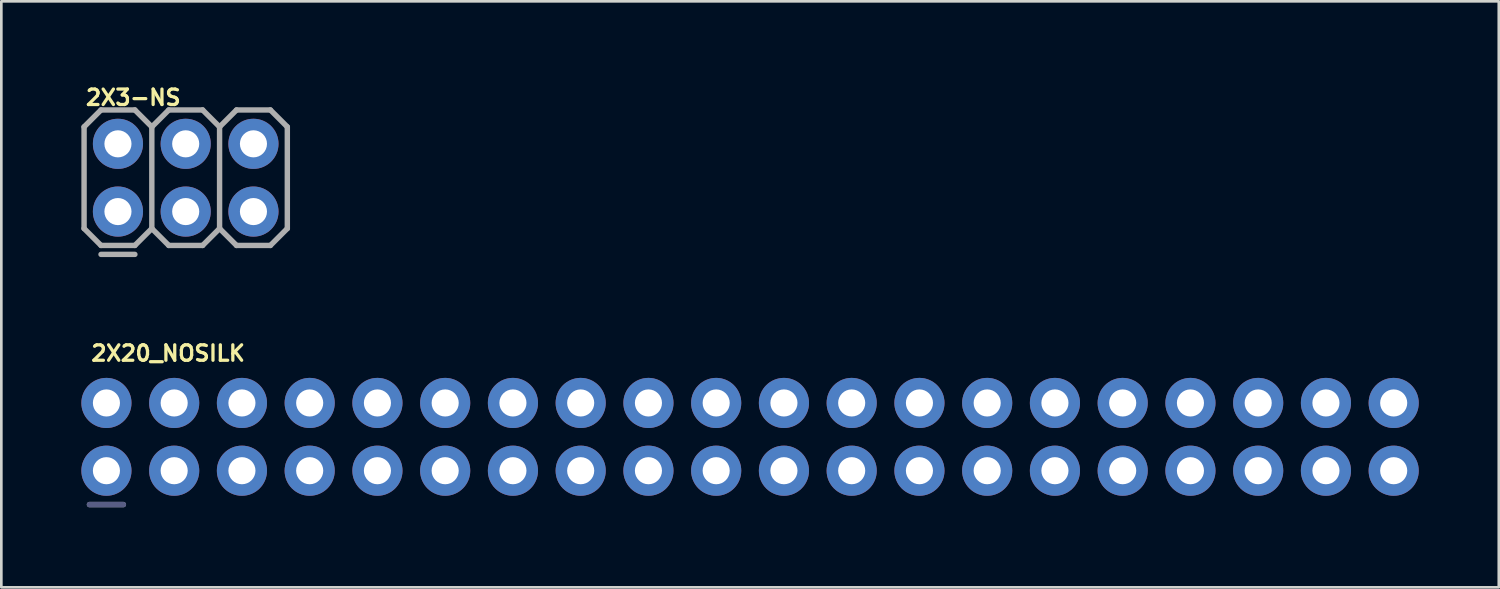
<source format=kicad_pcb>
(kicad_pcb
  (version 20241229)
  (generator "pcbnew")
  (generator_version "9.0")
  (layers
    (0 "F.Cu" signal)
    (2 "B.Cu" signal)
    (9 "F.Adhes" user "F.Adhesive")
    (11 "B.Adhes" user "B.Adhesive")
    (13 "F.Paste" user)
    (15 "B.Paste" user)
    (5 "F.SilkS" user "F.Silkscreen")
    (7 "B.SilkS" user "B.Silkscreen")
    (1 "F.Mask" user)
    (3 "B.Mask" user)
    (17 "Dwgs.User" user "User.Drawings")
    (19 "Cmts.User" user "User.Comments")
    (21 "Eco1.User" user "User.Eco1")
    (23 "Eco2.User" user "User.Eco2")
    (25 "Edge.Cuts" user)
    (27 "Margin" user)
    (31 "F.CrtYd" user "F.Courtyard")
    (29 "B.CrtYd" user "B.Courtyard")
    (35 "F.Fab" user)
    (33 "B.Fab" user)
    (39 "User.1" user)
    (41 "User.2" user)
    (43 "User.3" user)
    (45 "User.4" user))
  (footprint "2X20_NOSILK"
    (layer "F.Cu")
    (at 0.94 14.597)
    (property "Reference" "2X20_NOSILK" (at -0.635 -4.064 0) (layer "F.SilkS") (effects (font (size 0.579 0.579) (thickness 0.122)) (justify left bottom)))
    (attr through_hole)
    (fp_line (start -0.635 1.27) (end 0.635 1.27) (stroke (width 0.203) (type solid)) (layer "B.Fab"))
    (fp_line (start 0.635 1.27) (end -0.635 1.27) (stroke (width 0.203) (type solid)) (layer "F.Fab"))
    (fp_poly (pts (xy 0.254 -2.286) (xy 0.254 -2.794) (xy -0.254 -2.794) (xy -0.254 -2.286)) (stroke (width 0.1) (type solid)) (fill no) (layer "F.Fab"))
    (fp_poly (pts (xy 0.254 0.254) (xy 0.254 -0.254) (xy -0.254 -0.254) (xy -0.254 0.254)) (stroke (width 0.1) (type solid)) (fill no) (layer "F.Fab"))
    (fp_poly (pts (xy 2.794 -2.286) (xy 2.794 -2.794) (xy 2.286 -2.794) (xy 2.286 -2.286)) (stroke (width 0.1) (type solid)) (fill no) (layer "F.Fab"))
    (fp_poly (pts (xy 2.794 0.254) (xy 2.794 -0.254) (xy 2.286 -0.254) (xy 2.286 0.254)) (stroke (width 0.1) (type solid)) (fill no) (layer "F.Fab"))
    (fp_poly (pts (xy 5.334 -2.286) (xy 5.334 -2.794) (xy 4.826 -2.794) (xy 4.826 -2.286)) (stroke (width 0.1) (type solid)) (fill no) (layer "F.Fab"))
    (fp_poly (pts (xy 5.334 0.254) (xy 5.334 -0.254) (xy 4.826 -0.254) (xy 4.826 0.254)) (stroke (width 0.1) (type solid)) (fill no) (layer "F.Fab"))
    (fp_poly (pts (xy 7.874 -2.286) (xy 7.874 -2.794) (xy 7.366 -2.794) (xy 7.366 -2.286)) (stroke (width 0.1) (type solid)) (fill no) (layer "F.Fab"))
    (fp_poly (pts (xy 7.874 -2.286) (xy 7.874 -2.794) (xy 7.366 -2.794) (xy 7.366 -2.286)) (stroke (width 0.1) (type solid)) (fill no) (layer "F.Fab"))
    (fp_poly (pts (xy 7.874 0.254) (xy 7.874 -0.254) (xy 7.366 -0.254) (xy 7.366 0.254)) (stroke (width 0.1) (type solid)) (fill no) (layer "F.Fab"))
    (fp_poly (pts (xy 7.874 0.254) (xy 7.874 -0.254) (xy 7.366 -0.254) (xy 7.366 0.254)) (stroke (width 0.1) (type solid)) (fill no) (layer "F.Fab"))
    (fp_poly (pts (xy 10.414 -2.286) (xy 10.414 -2.794) (xy 9.906 -2.794) (xy 9.906 -2.286)) (stroke (width 0.1) (type solid)) (fill no) (layer "F.Fab"))
    (fp_poly (pts (xy 10.414 0.254) (xy 10.414 -0.254) (xy 9.906 -0.254) (xy 9.906 0.254)) (stroke (width 0.1) (type solid)) (fill no) (layer "F.Fab"))
    (fp_poly (pts (xy 12.954 -2.286) (xy 12.954 -2.794) (xy 12.446 -2.794) (xy 12.446 -2.286)) (stroke (width 0.1) (type solid)) (fill no) (layer "F.Fab"))
    (fp_poly (pts (xy 12.954 0.254) (xy 12.954 -0.254) (xy 12.446 -0.254) (xy 12.446 0.254)) (stroke (width 0.1) (type solid)) (fill no) (layer "F.Fab"))
    (fp_poly (pts (xy 15.494 -2.286) (xy 15.494 -2.794) (xy 14.986 -2.794) (xy 14.986 -2.286)) (stroke (width 0.1) (type solid)) (fill no) (layer "F.Fab"))
    (fp_poly (pts (xy 15.494 0.254) (xy 15.494 -0.254) (xy 14.986 -0.254) (xy 14.986 0.254)) (stroke (width 0.1) (type solid)) (fill no) (layer "F.Fab"))
    (fp_poly (pts (xy 18.034 -2.286) (xy 18.034 -2.794) (xy 17.526 -2.794) (xy 17.526 -2.286)) (stroke (width 0.1) (type solid)) (fill no) (layer "F.Fab"))
    (fp_poly (pts (xy 18.034 0.254) (xy 18.034 -0.254) (xy 17.526 -0.254) (xy 17.526 0.254)) (stroke (width 0.1) (type solid)) (fill no) (layer "F.Fab"))
    (fp_poly (pts (xy 20.574 -2.286) (xy 20.574 -2.794) (xy 20.066 -2.794) (xy 20.066 -2.286)) (stroke (width 0.1) (type solid)) (fill no) (layer "F.Fab"))
    (fp_poly (pts (xy 20.574 -2.286) (xy 20.574 -2.794) (xy 20.066 -2.794) (xy 20.066 -2.286)) (stroke (width 0.1) (type solid)) (fill no) (layer "F.Fab"))
    (fp_poly (pts (xy 20.574 0.254) (xy 20.574 -0.254) (xy 20.066 -0.254) (xy 20.066 0.254)) (stroke (width 0.1) (type solid)) (fill no) (layer "F.Fab"))
    (fp_poly (pts (xy 20.574 0.254) (xy 20.574 -0.254) (xy 20.066 -0.254) (xy 20.066 0.254)) (stroke (width 0.1) (type solid)) (fill no) (layer "F.Fab"))
    (fp_poly (pts (xy 23.114 -2.286) (xy 23.114 -2.794) (xy 22.606 -2.794) (xy 22.606 -2.286)) (stroke (width 0.1) (type solid)) (fill no) (layer "F.Fab"))
    (fp_poly (pts (xy 23.114 0.254) (xy 23.114 -0.254) (xy 22.606 -0.254) (xy 22.606 0.254)) (stroke (width 0.1) (type solid)) (fill no) (layer "F.Fab"))
    (fp_poly (pts (xy 25.654 -2.286) (xy 25.654 -2.794) (xy 25.146 -2.794) (xy 25.146 -2.286)) (stroke (width 0.1) (type solid)) (fill no) (layer "F.Fab"))
    (fp_poly (pts (xy 25.654 0.254) (xy 25.654 -0.254) (xy 25.146 -0.254) (xy 25.146 0.254)) (stroke (width 0.1) (type solid)) (fill no) (layer "F.Fab"))
    (fp_poly (pts (xy 28.194 -2.286) (xy 28.194 -2.794) (xy 27.686 -2.794) (xy 27.686 -2.286)) (stroke (width 0.1) (type solid)) (fill no) (layer "F.Fab"))
    (fp_poly (pts (xy 28.194 -2.286) (xy 28.194 -2.794) (xy 27.686 -2.794) (xy 27.686 -2.286)) (stroke (width 0.1) (type solid)) (fill no) (layer "F.Fab"))
    (fp_poly (pts (xy 28.194 0.254) (xy 28.194 -0.254) (xy 27.686 -0.254) (xy 27.686 0.254)) (stroke (width 0.1) (type solid)) (fill no) (layer "F.Fab"))
    (fp_poly (pts (xy 28.194 0.254) (xy 28.194 -0.254) (xy 27.686 -0.254) (xy 27.686 0.254)) (stroke (width 0.1) (type solid)) (fill no) (layer "F.Fab"))
    (fp_poly (pts (xy 30.734 -2.286) (xy 30.734 -2.794) (xy 30.226 -2.794) (xy 30.226 -2.286)) (stroke (width 0.1) (type solid)) (fill no) (layer "F.Fab"))
    (fp_poly (pts (xy 30.734 0.254) (xy 30.734 -0.254) (xy 30.226 -0.254) (xy 30.226 0.254)) (stroke (width 0.1) (type solid)) (fill no) (layer "F.Fab"))
    (fp_poly (pts (xy 33.274 -2.286) (xy 33.274 -2.794) (xy 32.766 -2.794) (xy 32.766 -2.286)) (stroke (width 0.1) (type solid)) (fill no) (layer "F.Fab"))
    (fp_poly (pts (xy 33.274 0.254) (xy 33.274 -0.254) (xy 32.766 -0.254) (xy 32.766 0.254)) (stroke (width 0.1) (type solid)) (fill no) (layer "F.Fab"))
    (fp_poly (pts (xy 35.814 -2.286) (xy 35.814 -2.794) (xy 35.306 -2.794) (xy 35.306 -2.286)) (stroke (width 0.1) (type solid)) (fill no) (layer "F.Fab"))
    (fp_poly (pts (xy 35.814 0.254) (xy 35.814 -0.254) (xy 35.306 -0.254) (xy 35.306 0.254)) (stroke (width 0.1) (type solid)) (fill no) (layer "F.Fab"))
    (fp_poly (pts (xy 38.354 -2.286) (xy 38.354 -2.794) (xy 37.846 -2.794) (xy 37.846 -2.286)) (stroke (width 0.1) (type solid)) (fill no) (layer "F.Fab"))
    (fp_poly (pts (xy 38.354 0.254) (xy 38.354 -0.254) (xy 37.846 -0.254) (xy 37.846 0.254)) (stroke (width 0.1) (type solid)) (fill no) (layer "F.Fab"))
    (fp_poly (pts (xy 40.894 -2.286) (xy 40.894 -2.794) (xy 40.386 -2.794) (xy 40.386 -2.286)) (stroke (width 0.1) (type solid)) (fill no) (layer "F.Fab"))
    (fp_poly (pts (xy 40.894 0.254) (xy 40.894 -0.254) (xy 40.386 -0.254) (xy 40.386 0.254)) (stroke (width 0.1) (type solid)) (fill no) (layer "F.Fab"))
    (fp_poly (pts (xy 43.434 -2.286) (xy 43.434 -2.794) (xy 42.926 -2.794) (xy 42.926 -2.286)) (stroke (width 0.1) (type solid)) (fill no) (layer "F.Fab"))
    (fp_poly (pts (xy 43.434 0.254) (xy 43.434 -0.254) (xy 42.926 -0.254) (xy 42.926 0.254)) (stroke (width 0.1) (type solid)) (fill no) (layer "F.Fab"))
    (fp_poly (pts (xy 45.974 -2.286) (xy 45.974 -2.794) (xy 45.466 -2.794) (xy 45.466 -2.286)) (stroke (width 0.1) (type solid)) (fill no) (layer "F.Fab"))
    (fp_poly (pts (xy 45.974 0.254) (xy 45.974 -0.254) (xy 45.466 -0.254) (xy 45.466 0.254)) (stroke (width 0.1) (type solid)) (fill no) (layer "F.Fab"))
    (fp_poly (pts (xy 48.514 -2.286) (xy 48.514 -2.794) (xy 48.006 -2.794) (xy 48.006 -2.286)) (stroke (width 0.1) (type solid)) (fill no) (layer "F.Fab"))
    (fp_poly (pts (xy 48.514 0.254) (xy 48.514 -0.254) (xy 48.006 -0.254) (xy 48.006 0.254)) (stroke (width 0.1) (type solid)) (fill no) (layer "F.Fab"))
    (pad "1" thru_hole circle (at 0 0) (size 1.88 1.88) (drill 1.016) (layers "*.Cu" "*.Mask"))
    (pad "2" thru_hole circle (at 0 -2.54) (size 1.88 1.88) (drill 1.016) (layers "*.Cu" "*.Mask"))
    (pad "3" thru_hole circle (at 2.54 0) (size 1.88 1.88) (drill 1.016) (layers "*.Cu" "*.Mask"))
    (pad "4" thru_hole circle (at 2.54 -2.54) (size 1.88 1.88) (drill 1.016) (layers "*.Cu" "*.Mask"))
    (pad "5" thru_hole circle (at 5.08 0) (size 1.88 1.88) (drill 1.016) (layers "*.Cu" "*.Mask"))
    (pad "6" thru_hole circle (at 5.08 -2.54) (size 1.88 1.88) (drill 1.016) (layers "*.Cu" "*.Mask"))
    (pad "7" thru_hole circle (at 7.62 0) (size 1.88 1.88) (drill 1.016) (layers "*.Cu" "*.Mask"))
    (pad "8" thru_hole circle (at 7.62 -2.54) (size 1.88 1.88) (drill 1.016) (layers "*.Cu" "*.Mask"))
    (pad "9" thru_hole circle (at 10.16 0) (size 1.88 1.88) (drill 1.016) (layers "*.Cu" "*.Mask"))
    (pad "10" thru_hole circle (at 10.16 -2.54) (size 1.88 1.88) (drill 1.016) (layers "*.Cu" "*.Mask"))
    (pad "11" thru_hole circle (at 12.7 0) (size 1.88 1.88) (drill 1.016) (layers "*.Cu" "*.Mask"))
    (pad "12" thru_hole circle (at 12.7 -2.54) (size 1.88 1.88) (drill 1.016) (layers "*.Cu" "*.Mask"))
    (pad "13" thru_hole circle (at 15.24 0) (size 1.88 1.88) (drill 1.016) (layers "*.Cu" "*.Mask"))
    (pad "14" thru_hole circle (at 15.24 -2.54) (size 1.88 1.88) (drill 1.016) (layers "*.Cu" "*.Mask"))
    (pad "15" thru_hole circle (at 17.78 0) (size 1.88 1.88) (drill 1.016) (layers "*.Cu" "*.Mask"))
    (pad "16" thru_hole circle (at 17.78 -2.54) (size 1.88 1.88) (drill 1.016) (layers "*.Cu" "*.Mask"))
    (pad "17" thru_hole circle (at 20.32 0) (size 1.88 1.88) (drill 1.016) (layers "*.Cu" "*.Mask"))
    (pad "18" thru_hole circle (at 20.32 -2.54) (size 1.88 1.88) (drill 1.016) (layers "*.Cu" "*.Mask"))
    (pad "19" thru_hole circle (at 22.86 0) (size 1.88 1.88) (drill 1.016) (layers "*.Cu" "*.Mask"))
    (pad "20" thru_hole circle (at 22.86 -2.54) (size 1.88 1.88) (drill 1.016) (layers "*.Cu" "*.Mask"))
    (pad "21" thru_hole circle (at 25.4 0) (size 1.88 1.88) (drill 1.016) (layers "*.Cu" "*.Mask"))
    (pad "22" thru_hole circle (at 25.4 -2.54) (size 1.88 1.88) (drill 1.016) (layers "*.Cu" "*.Mask"))
    (pad "23" thru_hole circle (at 27.94 0) (size 1.88 1.88) (drill 1.016) (layers "*.Cu" "*.Mask"))
    (pad "24" thru_hole circle (at 27.94 -2.54) (size 1.88 1.88) (drill 1.016) (layers "*.Cu" "*.Mask"))
    (pad "25" thru_hole circle (at 30.48 0) (size 1.88 1.88) (drill 1.016) (layers "*.Cu" "*.Mask"))
    (pad "26" thru_hole circle (at 30.48 -2.54) (size 1.88 1.88) (drill 1.016) (layers "*.Cu" "*.Mask"))
    (pad "27" thru_hole circle (at 33.02 0) (size 1.88 1.88) (drill 1.016) (layers "*.Cu" "*.Mask"))
    (pad "28" thru_hole circle (at 33.02 -2.54) (size 1.88 1.88) (drill 1.016) (layers "*.Cu" "*.Mask"))
    (pad "29" thru_hole circle (at 35.56 0) (size 1.88 1.88) (drill 1.016) (layers "*.Cu" "*.Mask"))
    (pad "30" thru_hole circle (at 35.56 -2.54) (size 1.88 1.88) (drill 1.016) (layers "*.Cu" "*.Mask"))
    (pad "31" thru_hole circle (at 38.1 0) (size 1.88 1.88) (drill 1.016) (layers "*.Cu" "*.Mask"))
    (pad "32" thru_hole circle (at 38.1 -2.54) (size 1.88 1.88) (drill 1.016) (layers "*.Cu" "*.Mask"))
    (pad "33" thru_hole circle (at 40.64 0) (size 1.88 1.88) (drill 1.016) (layers "*.Cu" "*.Mask"))
    (pad "34" thru_hole circle (at 40.64 -2.54) (size 1.88 1.88) (drill 1.016) (layers "*.Cu" "*.Mask"))
    (pad "35" thru_hole circle (at 43.18 0) (size 1.88 1.88) (drill 1.016) (layers "*.Cu" "*.Mask"))
    (pad "36" thru_hole circle (at 43.18 -2.54) (size 1.88 1.88) (drill 1.016) (layers "*.Cu" "*.Mask"))
    (pad "37" thru_hole circle (at 45.72 0) (size 1.88 1.88) (drill 1.016) (layers "*.Cu" "*.Mask"))
    (pad "38" thru_hole circle (at 45.72 -2.54) (size 1.88 1.88) (drill 1.016) (layers "*.Cu" "*.Mask"))
    (pad "39" thru_hole circle (at 48.26 0) (size 1.88 1.88) (drill 1.016) (layers "*.Cu" "*.Mask"))
    (pad "40" thru_hole circle (at 48.26 -2.54) (size 1.88 1.88) (drill 1.016) (layers "*.Cu" "*.Mask")))
  (footprint "2X3-NS"
    (layer "F.Cu")
    (at 3.912 3.612)
    (property "Reference" "2X3-NS" (at -3.81 -2.667 0) (layer "F.SilkS") (effects (font (size 0.579 0.579) (thickness 0.122)) (justify left bottom)))
    (attr through_hole)
    (fp_line (start -3.81 -1.905) (end -3.175 -2.54) (stroke (width 0.203) (type solid)) (layer "F.Fab"))
    (fp_line (start -3.81 1.905) (end -3.81 -1.905) (stroke (width 0.203) (type solid)) (layer "F.Fab"))
    (fp_line (start -3.81 1.905) (end -3.175 2.54) (stroke (width 0.203) (type solid)) (layer "F.Fab"))
    (fp_line (start -3.175 -2.54) (end -1.905 -2.54) (stroke (width 0.203) (type solid)) (layer "F.Fab"))
    (fp_line (start -3.175 2.54) (end -1.905 2.54) (stroke (width 0.203) (type solid)) (layer "F.Fab"))
    (fp_line (start -1.905 -2.54) (end -1.27 -1.905) (stroke (width 0.203) (type solid)) (layer "F.Fab"))
    (fp_line (start -1.905 2.54) (end -1.27 1.905) (stroke (width 0.203) (type solid)) (layer "F.Fab"))
    (fp_line (start -1.905 2.875) (end -3.175 2.875) (stroke (width 0.203) (type solid)) (layer "F.Fab"))
    (fp_line (start -1.27 -1.905) (end -1.27 1.905) (stroke (width 0.203) (type solid)) (layer "F.Fab"))
    (fp_line (start -1.27 -1.905) (end -0.635 -2.54) (stroke (width 0.203) (type solid)) (layer "F.Fab"))
    (fp_line (start -1.27 1.905) (end -0.635 2.54) (stroke (width 0.203) (type solid)) (layer "F.Fab"))
    (fp_line (start -0.635 -2.54) (end 0.635 -2.54) (stroke (width 0.203) (type solid)) (layer "F.Fab"))
    (fp_line (start -0.635 2.54) (end 0.635 2.54) (stroke (width 0.203) (type solid)) (layer "F.Fab"))
    (fp_line (start 0.635 -2.54) (end 1.27 -1.905) (stroke (width 0.203) (type solid)) (layer "F.Fab"))
    (fp_line (start 0.635 2.54) (end 1.27 1.905) (stroke (width 0.203) (type solid)) (layer "F.Fab"))
    (fp_line (start 1.27 -1.905) (end 1.27 1.905) (stroke (width 0.203) (type solid)) (layer "F.Fab"))
    (fp_line (start 1.27 -1.905) (end 1.905 -2.54) (stroke (width 0.203) (type solid)) (layer "F.Fab"))
    (fp_line (start 1.27 1.905) (end 1.905 2.54) (stroke (width 0.203) (type solid)) (layer "F.Fab"))
    (fp_line (start 1.905 -2.54) (end 3.175 -2.54) (stroke (width 0.203) (type solid)) (layer "F.Fab"))
    (fp_line (start 1.905 2.54) (end 3.175 2.54) (stroke (width 0.203) (type solid)) (layer "F.Fab"))
    (fp_line (start 3.175 -2.54) (end 3.81 -1.905) (stroke (width 0.203) (type solid)) (layer "F.Fab"))
    (fp_line (start 3.175 2.54) (end 3.81 1.905) (stroke (width 0.203) (type solid)) (layer "F.Fab"))
    (fp_line (start 3.81 -1.905) (end 3.81 1.905) (stroke (width 0.203) (type solid)) (layer "F.Fab"))
    (fp_poly (pts (xy -2.794 -1.016) (xy -2.286 -1.016) (xy -2.286 -1.524) (xy -2.794 -1.524)) (stroke (width 0.1) (type solid)) (fill no) (layer "F.Fab"))
    (fp_poly (pts (xy -2.794 1.524) (xy -2.286 1.524) (xy -2.286 1.016) (xy -2.794 1.016)) (stroke (width 0.1) (type solid)) (fill no) (layer "F.Fab"))
    (fp_poly (pts (xy -0.254 -1.016) (xy 0.254 -1.016) (xy 0.254 -1.524) (xy -0.254 -1.524)) (stroke (width 0.1) (type solid)) (fill no) (layer "F.Fab"))
    (fp_poly (pts (xy -0.254 1.524) (xy 0.254 1.524) (xy 0.254 1.016) (xy -0.254 1.016)) (stroke (width 0.1) (type solid)) (fill no) (layer "F.Fab"))
    (fp_poly (pts (xy 2.286 -1.016) (xy 2.794 -1.016) (xy 2.794 -1.524) (xy 2.286 -1.524)) (stroke (width 0.1) (type solid)) (fill no) (layer "F.Fab"))
    (fp_poly (pts (xy 2.286 1.524) (xy 2.794 1.524) (xy 2.794 1.016) (xy 2.286 1.016)) (stroke (width 0.1) (type solid)) (fill no) (layer "F.Fab"))
    (pad "1" thru_hole circle (at -2.54 1.27) (size 1.88 1.88) (drill 1.016) (layers "*.Cu" "*.Mask"))
    (pad "2" thru_hole circle (at -2.54 -1.27) (size 1.88 1.88) (drill 1.016) (layers "*.Cu" "*.Mask"))
    (pad "3" thru_hole circle (at 0 1.27) (size 1.88 1.88) (drill 1.016) (layers "*.Cu" "*.Mask"))
    (pad "4" thru_hole circle (at 0 -1.27) (size 1.88 1.88) (drill 1.016) (layers "*.Cu" "*.Mask"))
    (pad "5" thru_hole circle (at 2.54 1.27) (size 1.88 1.88) (drill 1.016) (layers "*.Cu" "*.Mask"))
    (pad "6" thru_hole circle (at 2.54 -1.27) (size 1.88 1.88) (drill 1.016) (layers "*.Cu" "*.Mask")))
  (gr_rect
    (start -3 -3)
    (end 53.14 18.969)
    (stroke (width 0.1) (type default))
    (fill no)
    (layer "Edge.Cuts")))
</source>
